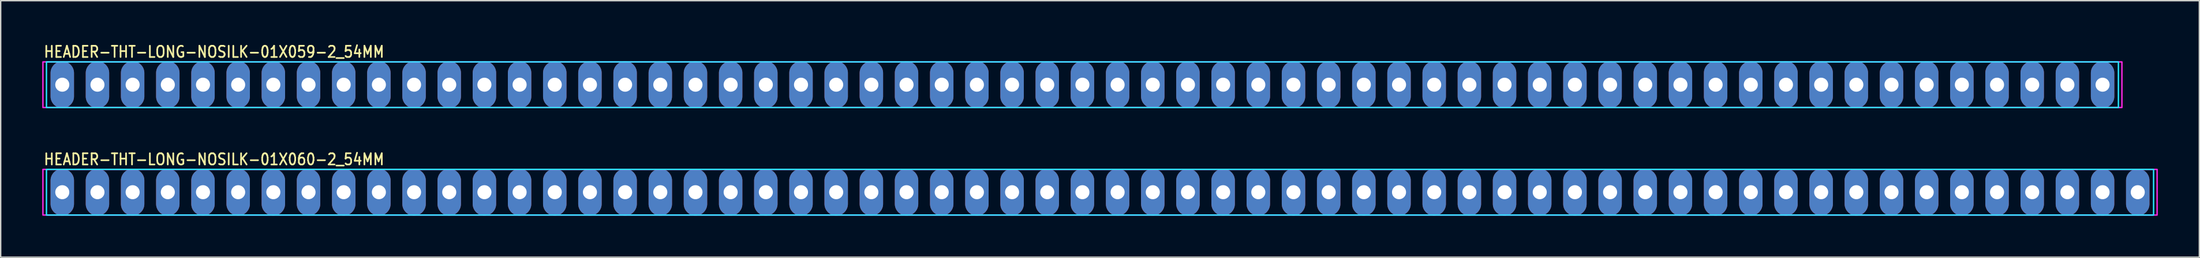
<source format=kicad_pcb>
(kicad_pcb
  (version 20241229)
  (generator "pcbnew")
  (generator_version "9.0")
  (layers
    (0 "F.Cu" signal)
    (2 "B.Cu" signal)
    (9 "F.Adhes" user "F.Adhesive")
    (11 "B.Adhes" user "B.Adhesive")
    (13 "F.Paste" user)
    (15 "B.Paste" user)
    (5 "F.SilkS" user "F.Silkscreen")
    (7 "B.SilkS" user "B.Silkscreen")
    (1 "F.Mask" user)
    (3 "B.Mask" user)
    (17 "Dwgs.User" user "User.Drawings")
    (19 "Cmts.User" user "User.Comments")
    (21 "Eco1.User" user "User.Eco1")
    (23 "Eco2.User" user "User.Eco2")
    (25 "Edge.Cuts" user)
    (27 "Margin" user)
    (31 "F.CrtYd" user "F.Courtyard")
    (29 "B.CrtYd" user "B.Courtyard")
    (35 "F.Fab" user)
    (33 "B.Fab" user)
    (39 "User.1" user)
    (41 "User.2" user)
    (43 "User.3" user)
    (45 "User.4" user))
  (footprint "HEADER-THT-LONG-NOSILK-01X060-2_54MM"
    (layer "F.Cu")
    (at 1.447 10.858)
    (property "Reference" "HEADER-THT-LONG-NOSILK-01X060-2_54MM" (at -1.4 -1.9 0) (unlocked yes) (layer "F.SilkS") (effects (font (size 0.813 0.695) (thickness 0.122)) (justify left bottom)))
    (fp_poly (pts (xy -1.143 -1.651) (xy 151.003 -1.651) (xy 151.003 1.651) (xy -1.143 1.651)) (stroke (width 0.1) (type solid)) (fill no) (layer "B.CrtYd"))
    (fp_poly (pts (xy -1.397 -1.651) (xy 151.257 -1.651) (xy 151.257 1.651) (xy -1.397 1.651)) (stroke (width 0.1) (type solid)) (fill no) (layer "F.CrtYd"))
    (pad "1" thru_hole oval (at 0 0 90) (size 3.387 1.693) (drill 1.016) (layers "*.Cu" "*.Mask"))
    (pad "2" thru_hole oval (at 2.54 0 90) (size 3.387 1.693) (drill 1.016) (layers "*.Cu" "*.Mask"))
    (pad "3" thru_hole oval (at 5.08 0 90) (size 3.387 1.693) (drill 1.016) (layers "*.Cu" "*.Mask"))
    (pad "4" thru_hole oval (at 7.62 0 90) (size 3.387 1.693) (drill 1.016) (layers "*.Cu" "*.Mask"))
    (pad "5" thru_hole oval (at 10.16 0 90) (size 3.387 1.693) (drill 1.016) (layers "*.Cu" "*.Mask"))
    (pad "6" thru_hole oval (at 12.7 0 90) (size 3.387 1.693) (drill 1.016) (layers "*.Cu" "*.Mask"))
    (pad "7" thru_hole oval (at 15.24 0 90) (size 3.387 1.693) (drill 1.016) (layers "*.Cu" "*.Mask"))
    (pad "8" thru_hole oval (at 17.78 0 90) (size 3.387 1.693) (drill 1.016) (layers "*.Cu" "*.Mask"))
    (pad "9" thru_hole oval (at 20.32 0 90) (size 3.387 1.693) (drill 1.016) (layers "*.Cu" "*.Mask"))
    (pad "10" thru_hole oval (at 22.86 0 90) (size 3.387 1.693) (drill 1.016) (layers "*.Cu" "*.Mask"))
    (pad "11" thru_hole oval (at 25.4 0 90) (size 3.387 1.693) (drill 1.016) (layers "*.Cu" "*.Mask"))
    (pad "12" thru_hole oval (at 27.94 0 90) (size 3.387 1.693) (drill 1.016) (layers "*.Cu" "*.Mask"))
    (pad "13" thru_hole oval (at 30.48 0 90) (size 3.387 1.693) (drill 1.016) (layers "*.Cu" "*.Mask"))
    (pad "14" thru_hole oval (at 33.02 0 90) (size 3.387 1.693) (drill 1.016) (layers "*.Cu" "*.Mask"))
    (pad "15" thru_hole oval (at 35.56 0 90) (size 3.387 1.693) (drill 1.016) (layers "*.Cu" "*.Mask"))
    (pad "16" thru_hole oval (at 38.1 0 90) (size 3.387 1.693) (drill 1.016) (layers "*.Cu" "*.Mask"))
    (pad "17" thru_hole oval (at 40.64 0 90) (size 3.387 1.693) (drill 1.016) (layers "*.Cu" "*.Mask"))
    (pad "18" thru_hole oval (at 43.18 0 90) (size 3.387 1.693) (drill 1.016) (layers "*.Cu" "*.Mask"))
    (pad "19" thru_hole oval (at 45.72 0 90) (size 3.387 1.693) (drill 1.016) (layers "*.Cu" "*.Mask"))
    (pad "20" thru_hole oval (at 48.26 0 90) (size 3.387 1.693) (drill 1.016) (layers "*.Cu" "*.Mask"))
    (pad "21" thru_hole oval (at 50.8 0 90) (size 3.387 1.693) (drill 1.016) (layers "*.Cu" "*.Mask"))
    (pad "22" thru_hole oval (at 53.34 0 90) (size 3.387 1.693) (drill 1.016) (layers "*.Cu" "*.Mask"))
    (pad "23" thru_hole oval (at 55.88 0 90) (size 3.387 1.693) (drill 1.016) (layers "*.Cu" "*.Mask"))
    (pad "24" thru_hole oval (at 58.42 0 90) (size 3.387 1.693) (drill 1.016) (layers "*.Cu" "*.Mask"))
    (pad "25" thru_hole oval (at 60.96 0 90) (size 3.387 1.693) (drill 1.016) (layers "*.Cu" "*.Mask"))
    (pad "26" thru_hole oval (at 63.5 0 90) (size 3.387 1.693) (drill 1.016) (layers "*.Cu" "*.Mask"))
    (pad "27" thru_hole oval (at 66.04 0 90) (size 3.387 1.693) (drill 1.016) (layers "*.Cu" "*.Mask"))
    (pad "28" thru_hole oval (at 68.58 0 90) (size 3.387 1.693) (drill 1.016) (layers "*.Cu" "*.Mask"))
    (pad "29" thru_hole oval (at 71.12 0 90) (size 3.387 1.693) (drill 1.016) (layers "*.Cu" "*.Mask"))
    (pad "30" thru_hole oval (at 73.66 0 90) (size 3.387 1.693) (drill 1.016) (layers "*.Cu" "*.Mask"))
    (pad "31" thru_hole oval (at 76.2 0 90) (size 3.387 1.693) (drill 1.016) (layers "*.Cu" "*.Mask"))
    (pad "32" thru_hole oval (at 78.74 0 90) (size 3.387 1.693) (drill 1.016) (layers "*.Cu" "*.Mask"))
    (pad "33" thru_hole oval (at 81.28 0 90) (size 3.387 1.693) (drill 1.016) (layers "*.Cu" "*.Mask"))
    (pad "34" thru_hole oval (at 83.82 0 90) (size 3.387 1.693) (drill 1.016) (layers "*.Cu" "*.Mask"))
    (pad "35" thru_hole oval (at 86.36 0 90) (size 3.387 1.693) (drill 1.016) (layers "*.Cu" "*.Mask"))
    (pad "36" thru_hole oval (at 88.9 0 90) (size 3.387 1.693) (drill 1.016) (layers "*.Cu" "*.Mask"))
    (pad "37" thru_hole oval (at 91.44 0 90) (size 3.387 1.693) (drill 1.016) (layers "*.Cu" "*.Mask"))
    (pad "38" thru_hole oval (at 93.98 0 90) (size 3.387 1.693) (drill 1.016) (layers "*.Cu" "*.Mask"))
    (pad "39" thru_hole oval (at 96.52 0 90) (size 3.387 1.693) (drill 1.016) (layers "*.Cu" "*.Mask"))
    (pad "40" thru_hole oval (at 99.06 0 90) (size 3.387 1.693) (drill 1.016) (layers "*.Cu" "*.Mask"))
    (pad "41" thru_hole oval (at 101.6 0 90) (size 3.387 1.693) (drill 1.016) (layers "*.Cu" "*.Mask"))
    (pad "42" thru_hole oval (at 104.14 0 90) (size 3.387 1.693) (drill 1.016) (layers "*.Cu" "*.Mask"))
    (pad "43" thru_hole oval (at 106.68 0 90) (size 3.387 1.693) (drill 1.016) (layers "*.Cu" "*.Mask"))
    (pad "44" thru_hole oval (at 109.22 0 90) (size 3.387 1.693) (drill 1.016) (layers "*.Cu" "*.Mask"))
    (pad "45" thru_hole oval (at 111.76 0 90) (size 3.387 1.693) (drill 1.016) (layers "*.Cu" "*.Mask"))
    (pad "46" thru_hole oval (at 114.3 0 90) (size 3.387 1.693) (drill 1.016) (layers "*.Cu" "*.Mask"))
    (pad "47" thru_hole oval (at 116.84 0 90) (size 3.387 1.693) (drill 1.016) (layers "*.Cu" "*.Mask"))
    (pad "48" thru_hole oval (at 119.38 0 90) (size 3.387 1.693) (drill 1.016) (layers "*.Cu" "*.Mask"))
    (pad "49" thru_hole oval (at 121.92 0 90) (size 3.387 1.693) (drill 1.016) (layers "*.Cu" "*.Mask"))
    (pad "50" thru_hole oval (at 124.46 0 90) (size 3.387 1.693) (drill 1.016) (layers "*.Cu" "*.Mask"))
    (pad "51" thru_hole oval (at 127 0 90) (size 3.387 1.693) (drill 1.016) (layers "*.Cu" "*.Mask"))
    (pad "52" thru_hole oval (at 129.54 0 90) (size 3.387 1.693) (drill 1.016) (layers "*.Cu" "*.Mask"))
    (pad "53" thru_hole oval (at 132.08 0 90) (size 3.387 1.693) (drill 1.016) (layers "*.Cu" "*.Mask"))
    (pad "54" thru_hole oval (at 134.62 0 90) (size 3.387 1.693) (drill 1.016) (layers "*.Cu" "*.Mask"))
    (pad "55" thru_hole oval (at 137.16 0 90) (size 3.387 1.693) (drill 1.016) (layers "*.Cu" "*.Mask"))
    (pad "56" thru_hole oval (at 139.7 0 90) (size 3.387 1.693) (drill 1.016) (layers "*.Cu" "*.Mask"))
    (pad "57" thru_hole oval (at 142.24 0 90) (size 3.387 1.693) (drill 1.016) (layers "*.Cu" "*.Mask"))
    (pad "58" thru_hole oval (at 144.78 0 90) (size 3.387 1.693) (drill 1.016) (layers "*.Cu" "*.Mask"))
    (pad "59" thru_hole oval (at 147.32 0 90) (size 3.387 1.693) (drill 1.016) (layers "*.Cu" "*.Mask"))
    (pad "60" thru_hole oval (at 149.86 0 90) (size 3.387 1.693) (drill 1.016) (layers "*.Cu" "*.Mask")))
  (footprint "HEADER-THT-LONG-NOSILK-01X059-2_54MM"
    (layer "F.Cu")
    (at 1.447 3.079)
    (property "Reference" "HEADER-THT-LONG-NOSILK-01X059-2_54MM" (at -1.4 -1.9 0) (unlocked yes) (layer "F.SilkS") (effects (font (size 0.813 0.695) (thickness 0.122)) (justify left bottom)))
    (fp_poly (pts (xy -1.143 -1.651) (xy 148.463 -1.651) (xy 148.463 1.651) (xy -1.143 1.651)) (stroke (width 0.1) (type solid)) (fill no) (layer "B.CrtYd"))
    (fp_poly (pts (xy -1.397 -1.651) (xy 148.717 -1.651) (xy 148.717 1.651) (xy -1.397 1.651)) (stroke (width 0.1) (type solid)) (fill no) (layer "F.CrtYd"))
    (pad "1" thru_hole oval (at 0 0 90) (size 3.387 1.693) (drill 1.016) (layers "*.Cu" "*.Mask"))
    (pad "2" thru_hole oval (at 2.54 0 90) (size 3.387 1.693) (drill 1.016) (layers "*.Cu" "*.Mask"))
    (pad "3" thru_hole oval (at 5.08 0 90) (size 3.387 1.693) (drill 1.016) (layers "*.Cu" "*.Mask"))
    (pad "4" thru_hole oval (at 7.62 0 90) (size 3.387 1.693) (drill 1.016) (layers "*.Cu" "*.Mask"))
    (pad "5" thru_hole oval (at 10.16 0 90) (size 3.387 1.693) (drill 1.016) (layers "*.Cu" "*.Mask"))
    (pad "6" thru_hole oval (at 12.7 0 90) (size 3.387 1.693) (drill 1.016) (layers "*.Cu" "*.Mask"))
    (pad "7" thru_hole oval (at 15.24 0 90) (size 3.387 1.693) (drill 1.016) (layers "*.Cu" "*.Mask"))
    (pad "8" thru_hole oval (at 17.78 0 90) (size 3.387 1.693) (drill 1.016) (layers "*.Cu" "*.Mask"))
    (pad "9" thru_hole oval (at 20.32 0 90) (size 3.387 1.693) (drill 1.016) (layers "*.Cu" "*.Mask"))
    (pad "10" thru_hole oval (at 22.86 0 90) (size 3.387 1.693) (drill 1.016) (layers "*.Cu" "*.Mask"))
    (pad "11" thru_hole oval (at 25.4 0 90) (size 3.387 1.693) (drill 1.016) (layers "*.Cu" "*.Mask"))
    (pad "12" thru_hole oval (at 27.94 0 90) (size 3.387 1.693) (drill 1.016) (layers "*.Cu" "*.Mask"))
    (pad "13" thru_hole oval (at 30.48 0 90) (size 3.387 1.693) (drill 1.016) (layers "*.Cu" "*.Mask"))
    (pad "14" thru_hole oval (at 33.02 0 90) (size 3.387 1.693) (drill 1.016) (layers "*.Cu" "*.Mask"))
    (pad "15" thru_hole oval (at 35.56 0 90) (size 3.387 1.693) (drill 1.016) (layers "*.Cu" "*.Mask"))
    (pad "16" thru_hole oval (at 38.1 0 90) (size 3.387 1.693) (drill 1.016) (layers "*.Cu" "*.Mask"))
    (pad "17" thru_hole oval (at 40.64 0 90) (size 3.387 1.693) (drill 1.016) (layers "*.Cu" "*.Mask"))
    (pad "18" thru_hole oval (at 43.18 0 90) (size 3.387 1.693) (drill 1.016) (layers "*.Cu" "*.Mask"))
    (pad "19" thru_hole oval (at 45.72 0 90) (size 3.387 1.693) (drill 1.016) (layers "*.Cu" "*.Mask"))
    (pad "20" thru_hole oval (at 48.26 0 90) (size 3.387 1.693) (drill 1.016) (layers "*.Cu" "*.Mask"))
    (pad "21" thru_hole oval (at 50.8 0 90) (size 3.387 1.693) (drill 1.016) (layers "*.Cu" "*.Mask"))
    (pad "22" thru_hole oval (at 53.34 0 90) (size 3.387 1.693) (drill 1.016) (layers "*.Cu" "*.Mask"))
    (pad "23" thru_hole oval (at 55.88 0 90) (size 3.387 1.693) (drill 1.016) (layers "*.Cu" "*.Mask"))
    (pad "24" thru_hole oval (at 58.42 0 90) (size 3.387 1.693) (drill 1.016) (layers "*.Cu" "*.Mask"))
    (pad "25" thru_hole oval (at 60.96 0 90) (size 3.387 1.693) (drill 1.016) (layers "*.Cu" "*.Mask"))
    (pad "26" thru_hole oval (at 63.5 0 90) (size 3.387 1.693) (drill 1.016) (layers "*.Cu" "*.Mask"))
    (pad "27" thru_hole oval (at 66.04 0 90) (size 3.387 1.693) (drill 1.016) (layers "*.Cu" "*.Mask"))
    (pad "28" thru_hole oval (at 68.58 0 90) (size 3.387 1.693) (drill 1.016) (layers "*.Cu" "*.Mask"))
    (pad "29" thru_hole oval (at 71.12 0 90) (size 3.387 1.693) (drill 1.016) (layers "*.Cu" "*.Mask"))
    (pad "30" thru_hole oval (at 73.66 0 90) (size 3.387 1.693) (drill 1.016) (layers "*.Cu" "*.Mask"))
    (pad "31" thru_hole oval (at 76.2 0 90) (size 3.387 1.693) (drill 1.016) (layers "*.Cu" "*.Mask"))
    (pad "32" thru_hole oval (at 78.74 0 90) (size 3.387 1.693) (drill 1.016) (layers "*.Cu" "*.Mask"))
    (pad "33" thru_hole oval (at 81.28 0 90) (size 3.387 1.693) (drill 1.016) (layers "*.Cu" "*.Mask"))
    (pad "34" thru_hole oval (at 83.82 0 90) (size 3.387 1.693) (drill 1.016) (layers "*.Cu" "*.Mask"))
    (pad "35" thru_hole oval (at 86.36 0 90) (size 3.387 1.693) (drill 1.016) (layers "*.Cu" "*.Mask"))
    (pad "36" thru_hole oval (at 88.9 0 90) (size 3.387 1.693) (drill 1.016) (layers "*.Cu" "*.Mask"))
    (pad "37" thru_hole oval (at 91.44 0 90) (size 3.387 1.693) (drill 1.016) (layers "*.Cu" "*.Mask"))
    (pad "38" thru_hole oval (at 93.98 0 90) (size 3.387 1.693) (drill 1.016) (layers "*.Cu" "*.Mask"))
    (pad "39" thru_hole oval (at 96.52 0 90) (size 3.387 1.693) (drill 1.016) (layers "*.Cu" "*.Mask"))
    (pad "40" thru_hole oval (at 99.06 0 90) (size 3.387 1.693) (drill 1.016) (layers "*.Cu" "*.Mask"))
    (pad "41" thru_hole oval (at 101.6 0 90) (size 3.387 1.693) (drill 1.016) (layers "*.Cu" "*.Mask"))
    (pad "42" thru_hole oval (at 104.14 0 90) (size 3.387 1.693) (drill 1.016) (layers "*.Cu" "*.Mask"))
    (pad "43" thru_hole oval (at 106.68 0 90) (size 3.387 1.693) (drill 1.016) (layers "*.Cu" "*.Mask"))
    (pad "44" thru_hole oval (at 109.22 0 90) (size 3.387 1.693) (drill 1.016) (layers "*.Cu" "*.Mask"))
    (pad "45" thru_hole oval (at 111.76 0 90) (size 3.387 1.693) (drill 1.016) (layers "*.Cu" "*.Mask"))
    (pad "46" thru_hole oval (at 114.3 0 90) (size 3.387 1.693) (drill 1.016) (layers "*.Cu" "*.Mask"))
    (pad "47" thru_hole oval (at 116.84 0 90) (size 3.387 1.693) (drill 1.016) (layers "*.Cu" "*.Mask"))
    (pad "48" thru_hole oval (at 119.38 0 90) (size 3.387 1.693) (drill 1.016) (layers "*.Cu" "*.Mask"))
    (pad "49" thru_hole oval (at 121.92 0 90) (size 3.387 1.693) (drill 1.016) (layers "*.Cu" "*.Mask"))
    (pad "50" thru_hole oval (at 124.46 0 90) (size 3.387 1.693) (drill 1.016) (layers "*.Cu" "*.Mask"))
    (pad "51" thru_hole oval (at 127 0 90) (size 3.387 1.693) (drill 1.016) (layers "*.Cu" "*.Mask"))
    (pad "52" thru_hole oval (at 129.54 0 90) (size 3.387 1.693) (drill 1.016) (layers "*.Cu" "*.Mask"))
    (pad "53" thru_hole oval (at 132.08 0 90) (size 3.387 1.693) (drill 1.016) (layers "*.Cu" "*.Mask"))
    (pad "54" thru_hole oval (at 134.62 0 90) (size 3.387 1.693) (drill 1.016) (layers "*.Cu" "*.Mask"))
    (pad "55" thru_hole oval (at 137.16 0 90) (size 3.387 1.693) (drill 1.016) (layers "*.Cu" "*.Mask"))
    (pad "56" thru_hole oval (at 139.7 0 90) (size 3.387 1.693) (drill 1.016) (layers "*.Cu" "*.Mask"))
    (pad "57" thru_hole oval (at 142.24 0 90) (size 3.387 1.693) (drill 1.016) (layers "*.Cu" "*.Mask"))
    (pad "58" thru_hole oval (at 144.78 0 90) (size 3.387 1.693) (drill 1.016) (layers "*.Cu" "*.Mask"))
    (pad "59" thru_hole oval (at 147.32 0 90) (size 3.387 1.693) (drill 1.016) (layers "*.Cu" "*.Mask")))
  (gr_rect
    (start -3 -3)
    (end 155.754 15.559)
    (stroke (width 0.1) (type default))
    (fill no)
    (layer "Edge.Cuts")))
</source>
